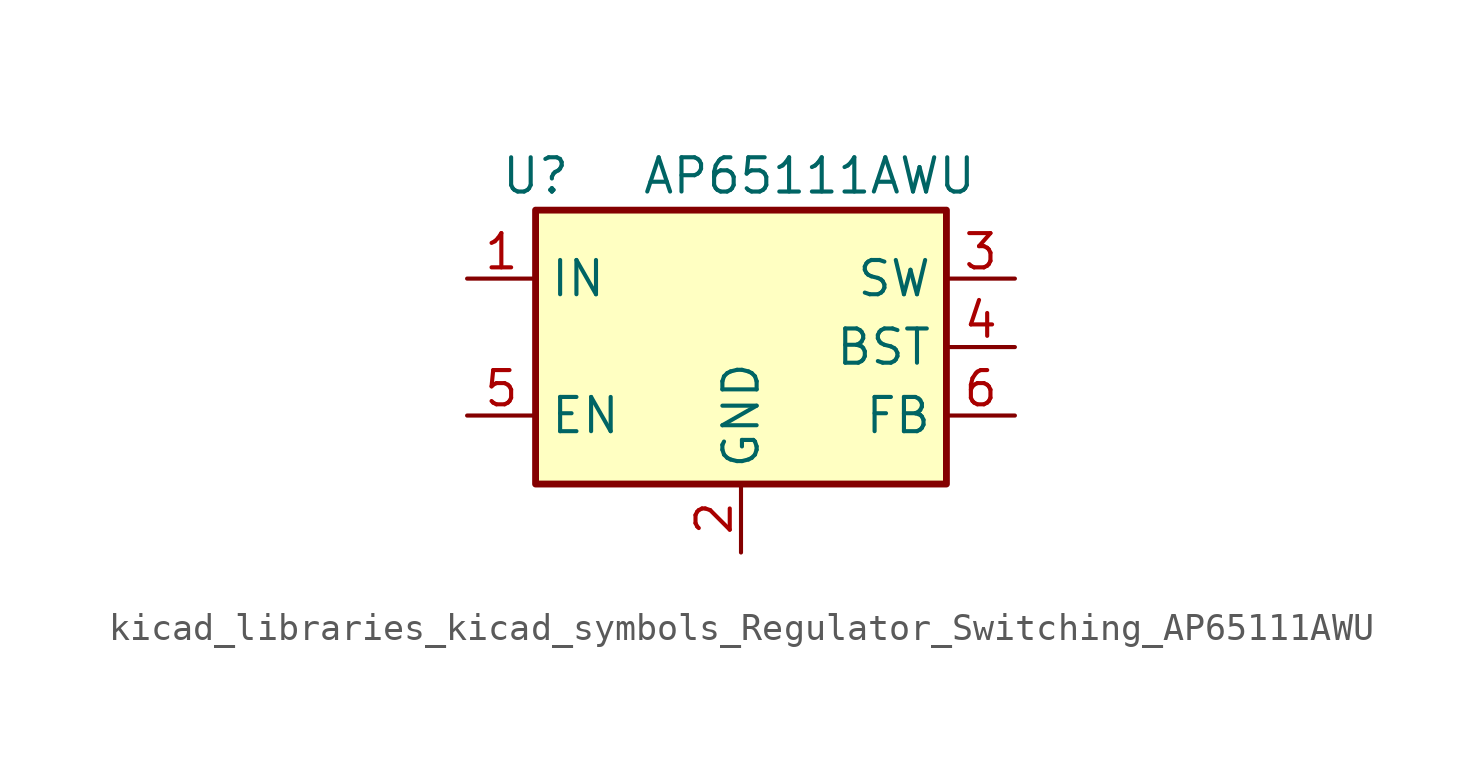
<source format=kicad_sym>
(kicad_symbol_lib
  (version 20220914)
  (generator kicad_symbol_editor)
  (symbol "kicad_libraries_kicad_symbols_Regulator_Switching_AP65111AWU"
    (property "Reference" "U"
      (at -7.62 6.35 0)
      (effects (font (size 1.27 1.27))))
    (property "Value" "AP65111AWU"
      (at 2.54 6.35 0)
      (effects (font (size 1.27 1.27))))
    (symbol "kicad_libraries_kicad_symbols_Regulator_Switching_AP65111AWU_0_1"
      (rectangle (start -7.62 5.08) (end 7.62 -5.08) (stroke (width 0.254) (type default)) (fill (type background))))
    (symbol "kicad_libraries_kicad_symbols_Regulator_Switching_AP65111AWU_1_1"
      (pin power_in line (at -10.16 2.54 0) (length 2.54) (name "IN" (effects (font (size 1.27 1.27)))) (number "1" (effects (font (size 1.27 1.27)))))
      (pin power_in line (at 0 -7.62 90) (length 2.54) (name "GND" (effects (font (size 1.27 1.27)))) (number "2" (effects (font (size 1.27 1.27)))))
      (pin output line (at 10.16 2.54 180) (length 2.54) (name "SW" (effects (font (size 1.27 1.27)))) (number "3" (effects (font (size 1.27 1.27)))))
      (pin passive line (at 10.16 0 180) (length 2.54) (name "BST" (effects (font (size 1.27 1.27)))) (number "4" (effects (font (size 1.27 1.27)))))
      (pin input line (at -10.16 -2.54 0) (length 2.54) (name "EN" (effects (font (size 1.27 1.27)))) (number "5" (effects (font (size 1.27 1.27)))))
      (pin input line (at 10.16 -2.54 180) (length 2.54) (name "FB" (effects (font (size 1.27 1.27)))) (number "6" (effects (font (size 1.27 1.27))))))))
</source>
